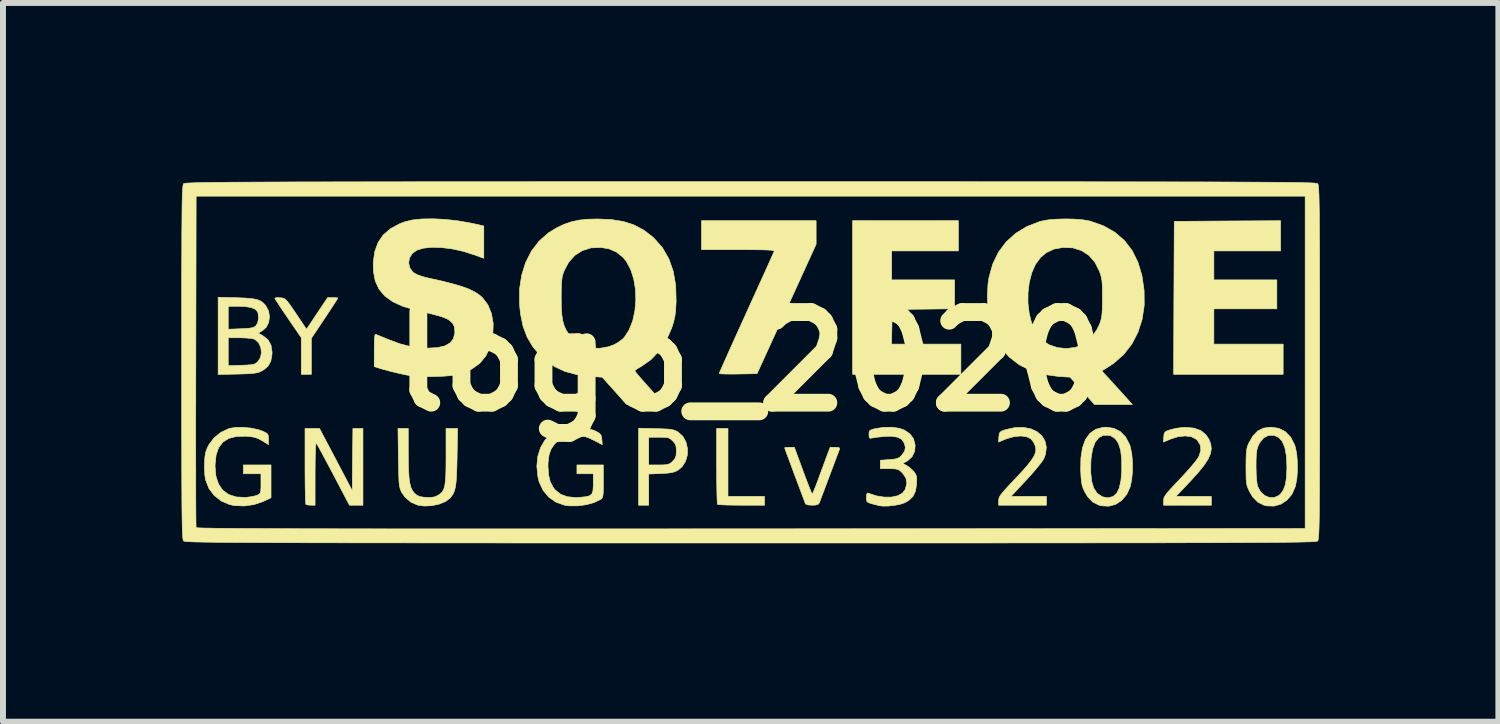
<source format=kicad_pcb>
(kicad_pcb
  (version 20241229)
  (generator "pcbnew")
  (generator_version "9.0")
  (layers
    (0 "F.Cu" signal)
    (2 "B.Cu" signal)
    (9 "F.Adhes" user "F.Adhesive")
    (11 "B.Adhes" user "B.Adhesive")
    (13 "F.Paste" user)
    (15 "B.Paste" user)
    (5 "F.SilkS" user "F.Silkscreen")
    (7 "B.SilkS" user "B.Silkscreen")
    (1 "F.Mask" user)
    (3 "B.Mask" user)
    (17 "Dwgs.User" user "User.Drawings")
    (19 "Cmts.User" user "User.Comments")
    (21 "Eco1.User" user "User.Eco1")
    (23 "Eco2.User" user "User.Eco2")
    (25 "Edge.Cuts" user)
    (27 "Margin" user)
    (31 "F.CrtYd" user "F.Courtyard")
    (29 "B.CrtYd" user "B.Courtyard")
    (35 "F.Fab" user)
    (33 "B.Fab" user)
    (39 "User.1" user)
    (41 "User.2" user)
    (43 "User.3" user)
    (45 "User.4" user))
  (footprint "logo_2020"
    (layer "F.Cu")
    (at 9.572 3.032)
    (property "Reference" "logo_2020" (at 0 0 0) (layer "F.SilkS") (effects (font (size 1.524 1.524) (thickness 0.3))))
    (attr through_hole)
    (fp_poly (pts (xy 3.493 -1.863) (xy 2.371 -1.863) (xy 2.371 -1.376) (xy 3.429 -1.376) (xy 3.429 -0.89) (xy 2.905 -0.884) (xy 2.381 -0.878) (xy 2.369 -0.296) (xy 3.535 -0.296) (xy 3.535 0.212) (xy 1.714 0.212) (xy 1.714 -2.371) (xy 3.493 -2.371) (xy 3.493 -1.863)) (stroke (width 0.01) (type solid)) (fill yes) (layer "F.SilkS"))
    (fp_poly (pts (xy 8.911 -1.863) (xy 7.789 -1.863) (xy 7.789 -1.376) (xy 8.848 -1.376) (xy 8.848 -0.889) (xy 7.789 -0.889) (xy 7.789 -0.296) (xy 8.954 -0.296) (xy 8.954 0.212) (xy 7.112 0.212) (xy 7.117 -1.074) (xy 7.123 -2.36) (xy 8.017 -2.366) (xy 8.911 -2.371) (xy 8.911 -1.863)) (stroke (width 0.01) (type solid)) (fill yes) (layer "F.SilkS"))
    (fp_poly (pts (xy -0.381 2.265) (xy 0.233 2.265) (xy 0.233 2.413) (xy -0.155 2.413) (xy -0.279 2.412) (xy -0.389 2.41) (xy -0.476 2.407) (xy -0.535 2.403) (xy -0.557 2.399) (xy -0.561 2.375) (xy -0.564 2.314) (xy -0.567 2.221) (xy -0.569 2.103) (xy -0.571 1.963) (xy -0.571 1.807) (xy -0.572 1.753) (xy -0.572 1.122) (xy -0.381 1.122) (xy -0.381 2.265)) (stroke (width 0.01) (type solid)) (fill yes) (layer "F.SilkS"))
    (fp_poly (pts (xy -6.974 -1.077) (xy -6.945 -1.071) (xy -6.943 -1.069) (xy -6.954 -1.048) (xy -6.985 -0.999) (xy -7.033 -0.925) (xy -7.093 -0.833) (xy -7.162 -0.729) (xy -7.165 -0.725) (xy -7.387 -0.392) (xy -7.387 0.212) (xy -7.556 0.212) (xy -7.556 -0.404) (xy -7.779 -0.729) (xy -7.849 -0.832) (xy -7.91 -0.923) (xy -7.958 -0.997) (xy -7.99 -1.047) (xy -8.001 -1.068) (xy -7.982 -1.075) (xy -7.935 -1.077) (xy -7.911 -1.075) (xy -7.876 -1.072) (xy -7.847 -1.064) (xy -7.82 -1.046) (xy -7.788 -1.012) (xy -7.747 -0.958) (xy -7.691 -0.877) (xy -7.644 -0.808) (xy -7.468 -0.546) (xy -7.29 -0.813) (xy -7.112 -1.079) (xy -7.027 -1.079) (xy -6.974 -1.077)) (stroke (width 0.01) (type solid)) (fill yes) (layer "F.SilkS"))
    (fp_poly (pts (xy -6.519 2.413) (xy -6.746 2.413) (xy -7.016 1.9) (xy -7.088 1.764) (xy -7.154 1.64) (xy -7.211 1.534) (xy -7.257 1.449) (xy -7.29 1.392) (xy -7.305 1.367) (xy -7.305 1.366) (xy -7.31 1.381) (xy -7.315 1.433) (xy -7.319 1.518) (xy -7.322 1.631) (xy -7.323 1.767) (xy -7.324 1.88) (xy -7.324 2.413) (xy -7.394 2.413) (xy -7.447 2.409) (xy -7.478 2.4) (xy -7.479 2.399) (xy -7.482 2.375) (xy -7.486 2.314) (xy -7.488 2.221) (xy -7.491 2.103) (xy -7.492 1.963) (xy -7.493 1.807) (xy -7.493 1.753) (xy -7.493 1.122) (xy -7.371 1.122) (xy -7.25 1.122) (xy -6.974 1.645) (xy -6.699 2.168) (xy -6.694 1.645) (xy -6.688 1.122) (xy -6.519 1.122) (xy -6.519 2.413)) (stroke (width 0.01) (type solid)) (fill yes) (layer "F.SilkS"))
    (fp_poly (pts (xy 1.101 -1.975) (xy 0.605 -0.887) (xy 0.108 0.201) (xy -0.21 0.207) (xy -0.321 0.208) (xy -0.415 0.207) (xy -0.485 0.205) (xy -0.524 0.201) (xy -0.529 0.199) (xy -0.521 0.177) (xy -0.496 0.121) (xy -0.457 0.033) (xy -0.406 -0.082) (xy -0.344 -0.221) (xy -0.272 -0.381) (xy -0.192 -0.557) (xy -0.106 -0.746) (xy -0.072 -0.822) (xy 0.016 -1.016) (xy 0.099 -1.198) (xy 0.175 -1.366) (xy 0.243 -1.515) (xy 0.3 -1.642) (xy 0.345 -1.743) (xy 0.377 -1.814) (xy 0.394 -1.851) (xy 0.396 -1.856) (xy 0.392 -1.864) (xy 0.372 -1.871) (xy 0.33 -1.876) (xy 0.264 -1.879) (xy 0.169 -1.882) (xy 0.042 -1.883) (xy -0.123 -1.884) (xy -0.209 -1.884) (xy -0.826 -1.884) (xy -0.826 -2.371) (xy 1.101 -2.371) (xy 1.101 -1.975)) (stroke (width 0.01) (type solid)) (fill yes) (layer "F.SilkS"))
    (fp_poly (pts (xy -1.593 1.125) (xy -1.474 1.129) (xy -1.388 1.133) (xy -1.327 1.141) (xy -1.283 1.152) (xy -1.246 1.168) (xy -1.22 1.183) (xy -1.139 1.256) (xy -1.087 1.352) (xy -1.062 1.46) (xy -1.065 1.572) (xy -1.096 1.678) (xy -1.155 1.768) (xy -1.219 1.822) (xy -1.267 1.847) (xy -1.319 1.863) (xy -1.389 1.873) (xy -1.487 1.88) (xy -1.508 1.88) (xy -1.714 1.889) (xy -1.714 2.413) (xy -1.884 2.413) (xy -1.884 1.27) (xy -1.714 1.27) (xy -1.714 1.736) (xy -1.544 1.736) (xy -1.457 1.735) (xy -1.401 1.729) (xy -1.363 1.716) (xy -1.331 1.693) (xy -1.311 1.674) (xy -1.272 1.628) (xy -1.254 1.579) (xy -1.249 1.51) (xy -1.249 1.503) (xy -1.253 1.431) (xy -1.27 1.381) (xy -1.307 1.336) (xy -1.311 1.332) (xy -1.345 1.301) (xy -1.378 1.282) (xy -1.422 1.273) (xy -1.49 1.27) (xy -1.544 1.27) (xy -1.714 1.27) (xy -1.884 1.27) (xy -1.884 1.118) (xy -1.593 1.125)) (stroke (width 0.01) (type solid)) (fill yes) (layer "F.SilkS"))
    (fp_poly (pts (xy 7.456 1.117) (xy 7.569 1.158) (xy 7.655 1.227) (xy 7.706 1.304) (xy 7.737 1.384) (xy 7.746 1.463) (xy 7.732 1.547) (xy 7.691 1.639) (xy 7.623 1.743) (xy 7.525 1.864) (xy 7.396 2.007) (xy 7.391 2.012) (xy 7.151 2.265) (xy 7.747 2.265) (xy 7.747 2.413) (xy 6.943 2.413) (xy 6.943 2.337) (xy 6.945 2.308) (xy 6.955 2.277) (xy 6.977 2.241) (xy 7.013 2.194) (xy 7.069 2.131) (xy 7.149 2.046) (xy 7.218 1.974) (xy 7.308 1.876) (xy 7.392 1.783) (xy 7.462 1.699) (xy 7.512 1.633) (xy 7.537 1.594) (xy 7.57 1.492) (xy 7.561 1.401) (xy 7.513 1.323) (xy 7.491 1.303) (xy 7.41 1.261) (xy 7.305 1.248) (xy 7.183 1.262) (xy 7.063 1.3) (xy 6.94 1.351) (xy 6.947 1.263) (xy 6.952 1.214) (xy 6.967 1.184) (xy 7 1.163) (xy 7.063 1.142) (xy 7.07 1.14) (xy 7.161 1.119) (xy 7.264 1.106) (xy 7.313 1.104) (xy 7.456 1.117)) (stroke (width 0.01) (type solid)) (fill yes) (layer "F.SilkS"))
    (fp_poly (pts (xy 4.712 1.129) (xy 4.816 1.177) (xy 4.897 1.247) (xy 4.95 1.335) (xy 4.972 1.437) (xy 4.959 1.552) (xy 4.933 1.624) (xy 4.905 1.669) (xy 4.853 1.738) (xy 4.784 1.822) (xy 4.702 1.916) (xy 4.635 1.989) (xy 4.378 2.265) (xy 4.974 2.265) (xy 4.974 2.413) (xy 4.17 2.413) (xy 4.17 2.337) (xy 4.172 2.308) (xy 4.182 2.277) (xy 4.204 2.241) (xy 4.241 2.194) (xy 4.297 2.13) (xy 4.376 2.045) (xy 4.445 1.972) (xy 4.566 1.843) (xy 4.657 1.739) (xy 4.723 1.654) (xy 4.767 1.584) (xy 4.79 1.525) (xy 4.796 1.472) (xy 4.787 1.42) (xy 4.786 1.417) (xy 4.756 1.352) (xy 4.713 1.298) (xy 4.706 1.292) (xy 4.633 1.259) (xy 4.535 1.249) (xy 4.421 1.261) (xy 4.302 1.296) (xy 4.29 1.3) (xy 4.168 1.351) (xy 4.174 1.263) (xy 4.18 1.214) (xy 4.194 1.184) (xy 4.227 1.163) (xy 4.29 1.142) (xy 4.297 1.14) (xy 4.448 1.107) (xy 4.588 1.104) (xy 4.712 1.129)) (stroke (width 0.01) (type solid)) (fill yes) (layer "F.SilkS"))
    (fp_poly (pts (xy 0.879 1.831) (xy 0.923 1.951) (xy 0.964 2.056) (xy 0.997 2.14) (xy 1.021 2.198) (xy 1.034 2.222) (xy 1.035 2.222) (xy 1.047 2.204) (xy 1.069 2.153) (xy 1.099 2.078) (xy 1.131 1.995) (xy 1.172 1.882) (xy 1.216 1.762) (xy 1.256 1.655) (xy 1.275 1.603) (xy 1.337 1.439) (xy 1.422 1.439) (xy 1.476 1.442) (xy 1.496 1.453) (xy 1.493 1.476) (xy 1.481 1.507) (xy 1.457 1.57) (xy 1.423 1.66) (xy 1.382 1.77) (xy 1.335 1.894) (xy 1.323 1.926) (xy 1.276 2.052) (xy 1.233 2.166) (xy 1.196 2.262) (xy 1.17 2.333) (xy 1.155 2.372) (xy 1.153 2.376) (xy 1.132 2.4) (xy 1.087 2.411) (xy 1.034 2.413) (xy 0.964 2.408) (xy 0.925 2.393) (xy 0.92 2.387) (xy 0.911 2.36) (xy 0.888 2.299) (xy 0.855 2.211) (xy 0.814 2.102) (xy 0.767 1.976) (xy 0.741 1.908) (xy 0.693 1.778) (xy 0.65 1.662) (xy 0.614 1.566) (xy 0.588 1.494) (xy 0.574 1.454) (xy 0.572 1.447) (xy 0.59 1.442) (xy 0.637 1.439) (xy 0.653 1.439) (xy 0.735 1.439) (xy 0.879 1.831)) (stroke (width 0.01) (type solid)) (fill yes) (layer "F.SilkS"))
    (fp_poly (pts (xy -5.757 1.508) (xy -5.756 1.693) (xy -5.751 1.841) (xy -5.743 1.958) (xy -5.73 2.047) (xy -5.712 2.115) (xy -5.687 2.166) (xy -5.656 2.207) (xy -5.653 2.21) (xy -5.61 2.247) (xy -5.564 2.267) (xy -5.5 2.278) (xy -5.456 2.281) (xy -5.371 2.282) (xy -5.311 2.272) (xy -5.259 2.248) (xy -5.253 2.244) (xy -5.214 2.216) (xy -5.183 2.185) (xy -5.16 2.143) (xy -5.144 2.087) (xy -5.133 2.011) (xy -5.126 1.908) (xy -5.123 1.775) (xy -5.122 1.606) (xy -5.122 1.588) (xy -5.122 1.122) (xy -4.928 1.122) (xy -4.936 1.603) (xy -4.94 1.778) (xy -4.945 1.916) (xy -4.953 2.023) (xy -4.964 2.106) (xy -4.98 2.169) (xy -5.001 2.219) (xy -5.029 2.262) (xy -5.054 2.293) (xy -5.132 2.352) (xy -5.238 2.395) (xy -5.36 2.421) (xy -5.487 2.427) (xy -5.597 2.412) (xy -5.713 2.362) (xy -5.811 2.278) (xy -5.869 2.195) (xy -5.884 2.164) (xy -5.895 2.132) (xy -5.904 2.092) (xy -5.911 2.039) (xy -5.915 1.967) (xy -5.918 1.868) (xy -5.921 1.739) (xy -5.923 1.614) (xy -5.93 1.122) (xy -5.757 1.122) (xy -5.757 1.508)) (stroke (width 0.01) (type solid)) (fill yes) (layer "F.SilkS"))
    (fp_poly (pts (xy 6.108 1.12) (xy 6.218 1.176) (xy 6.306 1.267) (xy 6.371 1.392) (xy 6.385 1.434) (xy 6.409 1.553) (xy 6.421 1.695) (xy 6.42 1.845) (xy 6.407 1.986) (xy 6.382 2.102) (xy 6.382 2.104) (xy 6.323 2.233) (xy 6.239 2.332) (xy 6.137 2.399) (xy 6.02 2.43) (xy 5.894 2.422) (xy 5.859 2.413) (xy 5.753 2.36) (xy 5.667 2.271) (xy 5.617 2.187) (xy 5.59 2.128) (xy 5.572 2.071) (xy 5.561 2.005) (xy 5.554 1.918) (xy 5.552 1.871) (xy 5.719 1.871) (xy 5.735 2.014) (xy 5.769 2.125) (xy 5.823 2.207) (xy 5.832 2.216) (xy 5.911 2.27) (xy 6.001 2.289) (xy 6.088 2.269) (xy 6.097 2.264) (xy 6.155 2.212) (xy 6.198 2.125) (xy 6.226 2.001) (xy 6.24 1.839) (xy 6.24 1.832) (xy 6.239 1.641) (xy 6.221 1.488) (xy 6.184 1.372) (xy 6.128 1.291) (xy 6.054 1.245) (xy 6.023 1.237) (xy 5.93 1.238) (xy 5.854 1.277) (xy 5.793 1.354) (xy 5.75 1.468) (xy 5.725 1.619) (xy 5.72 1.693) (xy 5.719 1.871) (xy 5.552 1.871) (xy 5.549 1.826) (xy 5.553 1.619) (xy 5.58 1.446) (xy 5.63 1.308) (xy 5.704 1.205) (xy 5.801 1.137) (xy 5.921 1.104) (xy 5.98 1.101) (xy 6.108 1.12)) (stroke (width 0.01) (type solid)) (fill yes) (layer "F.SilkS"))
    (fp_poly (pts (xy -8.397 1.117) (xy -8.279 1.142) (xy -8.218 1.163) (xy -8.155 1.192) (xy -8.122 1.216) (xy -8.109 1.248) (xy -8.107 1.299) (xy -8.107 1.303) (xy -8.107 1.395) (xy -8.213 1.329) (xy -8.279 1.293) (xy -8.341 1.271) (xy -8.417 1.259) (xy -8.486 1.253) (xy -8.645 1.257) (xy -8.774 1.289) (xy -8.873 1.351) (xy -8.944 1.443) (xy -8.988 1.568) (xy -9.005 1.725) (xy -9.006 1.756) (xy -8.992 1.922) (xy -8.948 2.057) (xy -8.876 2.161) (xy -8.776 2.234) (xy -8.65 2.274) (xy -8.498 2.282) (xy -8.477 2.28) (xy -8.397 2.27) (xy -8.326 2.254) (xy -8.292 2.243) (xy -8.263 2.227) (xy -8.246 2.206) (xy -8.237 2.171) (xy -8.234 2.11) (xy -8.234 2.05) (xy -8.234 1.884) (xy -8.53 1.884) (xy -8.53 1.736) (xy -8.065 1.736) (xy -8.065 2.288) (xy -8.198 2.351) (xy -8.352 2.403) (xy -8.519 2.426) (xy -8.683 2.419) (xy -8.762 2.402) (xy -8.903 2.342) (xy -9.02 2.249) (xy -9.109 2.131) (xy -9.164 1.991) (xy -9.167 1.98) (xy -9.178 1.902) (xy -9.184 1.802) (xy -9.183 1.7) (xy -9.183 1.689) (xy -9.175 1.589) (xy -9.161 1.514) (xy -9.137 1.45) (xy -9.109 1.395) (xy -9.023 1.281) (xy -8.908 1.188) (xy -8.778 1.126) (xy -8.756 1.12) (xy -8.653 1.104) (xy -8.528 1.104) (xy -8.397 1.117)) (stroke (width 0.01) (type solid)) (fill yes) (layer "F.SilkS"))
    (fp_poly (pts (xy -2.767 1.118) (xy -2.645 1.151) (xy -2.612 1.165) (xy -2.552 1.198) (xy -2.52 1.227) (xy -2.506 1.264) (xy -2.502 1.306) (xy -2.495 1.395) (xy -2.636 1.322) (xy -2.718 1.282) (xy -2.784 1.26) (xy -2.856 1.251) (xy -2.934 1.249) (xy -3.059 1.256) (xy -3.154 1.278) (xy -3.231 1.321) (xy -3.296 1.383) (xy -3.355 1.468) (xy -3.39 1.567) (xy -3.406 1.69) (xy -3.408 1.753) (xy -3.398 1.904) (xy -3.368 2.024) (xy -3.315 2.121) (xy -3.283 2.159) (xy -3.193 2.23) (xy -3.084 2.27) (xy -2.949 2.284) (xy -2.878 2.281) (xy -2.776 2.271) (xy -2.71 2.255) (xy -2.671 2.225) (xy -2.652 2.174) (xy -2.646 2.094) (xy -2.646 2.052) (xy -2.646 1.884) (xy -2.921 1.884) (xy -2.921 1.736) (xy -2.477 1.736) (xy -2.477 2.01) (xy -2.477 2.123) (xy -2.479 2.201) (xy -2.484 2.252) (xy -2.492 2.283) (xy -2.506 2.303) (xy -2.524 2.316) (xy -2.632 2.368) (xy -2.765 2.405) (xy -2.91 2.424) (xy -3.051 2.424) (xy -3.132 2.412) (xy -3.274 2.362) (xy -3.395 2.277) (xy -3.49 2.163) (xy -3.556 2.022) (xy -3.577 1.936) (xy -3.595 1.758) (xy -3.579 1.592) (xy -3.532 1.443) (xy -3.457 1.316) (xy -3.355 1.216) (xy -3.228 1.146) (xy -3.184 1.131) (xy -3.052 1.107) (xy -2.908 1.102) (xy -2.767 1.118)) (stroke (width 0.01) (type solid)) (fill yes) (layer "F.SilkS"))
    (fp_poly (pts (xy 8.881 1.12) (xy 8.991 1.176) (xy 9.079 1.267) (xy 9.144 1.392) (xy 9.158 1.434) (xy 9.182 1.549) (xy 9.193 1.688) (xy 9.194 1.836) (xy 9.183 1.976) (xy 9.16 2.093) (xy 9.158 2.1) (xy 9.102 2.228) (xy 9.019 2.327) (xy 8.917 2.395) (xy 8.801 2.428) (xy 8.676 2.424) (xy 8.632 2.413) (xy 8.527 2.361) (xy 8.441 2.273) (xy 8.389 2.185) (xy 8.365 2.134) (xy 8.348 2.089) (xy 8.338 2.041) (xy 8.332 1.98) (xy 8.33 1.896) (xy 8.329 1.78) (xy 8.329 1.767) (xy 8.329 1.757) (xy 8.498 1.757) (xy 8.501 1.892) (xy 8.509 2.002) (xy 8.521 2.08) (xy 8.526 2.1) (xy 8.575 2.189) (xy 8.643 2.25) (xy 8.722 2.283) (xy 8.804 2.284) (xy 8.881 2.25) (xy 8.911 2.223) (xy 8.957 2.158) (xy 8.989 2.073) (xy 9.008 1.962) (xy 9.016 1.818) (xy 9.017 1.761) (xy 9.008 1.583) (xy 8.982 1.443) (xy 8.938 1.339) (xy 8.876 1.271) (xy 8.795 1.237) (xy 8.794 1.237) (xy 8.705 1.24) (xy 8.625 1.282) (xy 8.561 1.361) (xy 8.544 1.393) (xy 8.524 1.442) (xy 8.511 1.493) (xy 8.503 1.557) (xy 8.499 1.642) (xy 8.498 1.757) (xy 8.329 1.757) (xy 8.33 1.645) (xy 8.333 1.556) (xy 8.339 1.491) (xy 8.349 1.44) (xy 8.365 1.394) (xy 8.378 1.366) (xy 8.447 1.246) (xy 8.527 1.164) (xy 8.624 1.117) (xy 8.744 1.101) (xy 8.752 1.101) (xy 8.881 1.12)) (stroke (width 0.01) (type solid)) (fill yes) (layer "F.SilkS"))
    (fp_poly (pts (xy -8.641 -1.076) (xy -8.498 -1.07) (xy -8.389 -1.061) (xy -8.308 -1.047) (xy -8.248 -1.025) (xy -8.201 -0.993) (xy -8.159 -0.95) (xy -8.152 -0.94) (xy -8.106 -0.854) (xy -8.091 -0.757) (xy -8.104 -0.662) (xy -8.145 -0.579) (xy -8.205 -0.525) (xy -8.279 -0.481) (xy -8.2 -0.436) (xy -8.115 -0.368) (xy -8.065 -0.277) (xy -8.047 -0.162) (xy -8.049 -0.121) (xy -8.068 -0.011) (xy -8.112 0.071) (xy -8.187 0.136) (xy -8.224 0.157) (xy -8.263 0.175) (xy -8.307 0.187) (xy -8.365 0.196) (xy -8.444 0.202) (xy -8.553 0.206) (xy -8.631 0.208) (xy -8.954 0.215) (xy -8.954 -0.402) (xy -8.784 -0.402) (xy -8.784 0.067) (xy -8.562 0.06) (xy -8.462 0.056) (xy -8.394 0.05) (xy -8.349 0.041) (xy -8.317 0.025) (xy -8.29 0.002) (xy -8.285 -0.002) (xy -8.241 -0.072) (xy -8.226 -0.156) (xy -8.238 -0.242) (xy -8.273 -0.318) (xy -8.332 -0.372) (xy -8.353 -0.382) (xy -8.398 -0.391) (xy -8.472 -0.398) (xy -8.561 -0.402) (xy -8.595 -0.402) (xy -8.784 -0.402) (xy -8.954 -0.402) (xy -8.954 -0.931) (xy -8.784 -0.931) (xy -8.784 -0.546) (xy -8.575 -0.554) (xy -8.472 -0.559) (xy -8.402 -0.567) (xy -8.356 -0.579) (xy -8.324 -0.598) (xy -8.321 -0.601) (xy -8.289 -0.654) (xy -8.275 -0.728) (xy -8.281 -0.806) (xy -8.289 -0.835) (xy -8.327 -0.881) (xy -8.401 -0.912) (xy -8.513 -0.929) (xy -8.603 -0.931) (xy -8.784 -0.931) (xy -8.954 -0.931) (xy -8.954 -1.084) (xy -8.641 -1.076)) (stroke (width 0.01) (type solid)) (fill yes) (layer "F.SilkS"))
    (fp_poly (pts (xy 2.502 1.12) (xy 2.582 1.148) (xy 2.678 1.213) (xy 2.738 1.294) (xy 2.765 1.396) (xy 2.766 1.4) (xy 2.758 1.506) (xy 2.714 1.598) (xy 2.639 1.667) (xy 2.626 1.674) (xy 2.557 1.711) (xy 2.62 1.744) (xy 2.676 1.782) (xy 2.732 1.835) (xy 2.741 1.845) (xy 2.772 1.887) (xy 2.788 1.926) (xy 2.793 1.98) (xy 2.79 2.053) (xy 2.773 2.173) (xy 2.731 2.263) (xy 2.661 2.331) (xy 2.594 2.37) (xy 2.519 2.396) (xy 2.421 2.415) (xy 2.316 2.427) (xy 2.222 2.428) (xy 2.17 2.422) (xy 2.072 2.398) (xy 2.008 2.38) (xy 1.971 2.364) (xy 1.953 2.344) (xy 1.948 2.316) (xy 1.947 2.281) (xy 1.952 2.226) (xy 1.967 2.207) (xy 1.974 2.209) (xy 2.112 2.255) (xy 2.246 2.277) (xy 2.368 2.277) (xy 2.472 2.254) (xy 2.552 2.21) (xy 2.599 2.149) (xy 2.626 2.049) (xy 2.611 1.957) (xy 2.555 1.873) (xy 2.553 1.871) (xy 2.512 1.833) (xy 2.476 1.812) (xy 2.43 1.802) (xy 2.36 1.799) (xy 2.33 1.799) (xy 2.18 1.799) (xy 2.18 1.657) (xy 2.333 1.646) (xy 2.415 1.638) (xy 2.468 1.626) (xy 2.506 1.606) (xy 2.541 1.572) (xy 2.544 1.569) (xy 2.59 1.503) (xy 2.601 1.439) (xy 2.583 1.368) (xy 2.541 1.306) (xy 2.469 1.269) (xy 2.364 1.253) (xy 2.266 1.256) (xy 2.18 1.264) (xy 2.102 1.273) (xy 2.05 1.282) (xy 2.048 1.282) (xy 2.009 1.288) (xy 1.993 1.273) (xy 1.99 1.227) (xy 1.99 1.223) (xy 1.992 1.18) (xy 2.007 1.155) (xy 2.044 1.139) (xy 2.097 1.125) (xy 2.24 1.103) (xy 2.379 1.102) (xy 2.502 1.12)) (stroke (width 0.01) (type solid)) (fill yes) (layer "F.SilkS"))
    (fp_poly (pts (xy 5.45 -2.397) (xy 5.591 -2.385) (xy 5.706 -2.365) (xy 5.715 -2.362) (xy 5.935 -2.284) (xy 6.125 -2.176) (xy 6.284 -2.039) (xy 6.413 -1.872) (xy 6.511 -1.676) (xy 6.579 -1.451) (xy 6.616 -1.196) (xy 6.616 -1.196) (xy 6.618 -0.948) (xy 6.583 -0.714) (xy 6.513 -0.496) (xy 6.411 -0.299) (xy 6.276 -0.125) (xy 6.111 0.022) (xy 6.028 0.078) (xy 5.904 0.155) (xy 5.975 0.231) (xy 6.017 0.276) (xy 6.078 0.344) (xy 6.152 0.425) (xy 6.23 0.51) (xy 6.232 0.513) (xy 6.419 0.72) (xy 5.782 0.72) (xy 5.576 0.49) (xy 5.371 0.26) (xy 5.178 0.248) (xy 4.932 0.214) (xy 4.711 0.149) (xy 4.517 0.052) (xy 4.35 -0.076) (xy 4.212 -0.233) (xy 4.105 -0.419) (xy 4.051 -0.559) (xy 4.011 -0.723) (xy 3.988 -0.912) (xy 3.985 -0.985) (xy 4.663 -0.985) (xy 4.684 -0.812) (xy 4.724 -0.651) (xy 4.786 -0.509) (xy 4.867 -0.395) (xy 4.894 -0.369) (xy 5.016 -0.286) (xy 5.157 -0.237) (xy 5.308 -0.221) (xy 5.46 -0.241) (xy 5.556 -0.274) (xy 5.65 -0.333) (xy 5.741 -0.423) (xy 5.818 -0.532) (xy 5.865 -0.626) (xy 5.885 -0.68) (xy 5.898 -0.732) (xy 5.907 -0.791) (xy 5.912 -0.867) (xy 5.915 -0.968) (xy 5.915 -1.069) (xy 5.915 -1.196) (xy 5.913 -1.29) (xy 5.907 -1.362) (xy 5.897 -1.419) (xy 5.882 -1.473) (xy 5.864 -1.524) (xy 5.788 -1.673) (xy 5.687 -1.788) (xy 5.562 -1.869) (xy 5.417 -1.914) (xy 5.253 -1.922) (xy 5.252 -1.921) (xy 5.1 -1.894) (xy 4.973 -1.835) (xy 4.875 -1.753) (xy 4.79 -1.638) (xy 4.727 -1.496) (xy 4.685 -1.334) (xy 4.664 -1.161) (xy 4.663 -0.985) (xy 3.985 -0.985) (xy 3.981 -1.11) (xy 3.991 -1.303) (xy 4.008 -1.418) (xy 4.07 -1.641) (xy 4.166 -1.84) (xy 4.295 -2.013) (xy 4.454 -2.157) (xy 4.642 -2.272) (xy 4.856 -2.355) (xy 4.889 -2.364) (xy 5.002 -2.385) (xy 5.142 -2.397) (xy 5.296 -2.401) (xy 5.45 -2.397)) (stroke (width 0.01) (type solid)) (fill yes) (layer "F.SilkS"))
    (fp_poly (pts (xy -5.142 -2.393) (xy -4.93 -2.37) (xy -4.715 -2.333) (xy -4.63 -2.315) (xy -4.487 -2.283) (xy -4.487 -1.739) (xy -4.654 -1.799) (xy -4.837 -1.857) (xy -5.02 -1.897) (xy -5.197 -1.919) (xy -5.36 -1.924) (xy -5.501 -1.909) (xy -5.612 -1.876) (xy -5.614 -1.874) (xy -5.69 -1.819) (xy -5.736 -1.745) (xy -5.75 -1.662) (xy -5.733 -1.58) (xy -5.682 -1.51) (xy -5.655 -1.489) (xy -5.6 -1.461) (xy -5.519 -1.432) (xy -5.43 -1.409) (xy -5.422 -1.407) (xy -5.199 -1.358) (xy -5.014 -1.311) (xy -4.862 -1.267) (xy -4.739 -1.222) (xy -4.642 -1.175) (xy -4.565 -1.125) (xy -4.513 -1.081) (xy -4.419 -0.958) (xy -4.358 -0.81) (xy -4.329 -0.641) (xy -4.335 -0.455) (xy -4.338 -0.434) (xy -4.38 -0.252) (xy -4.451 -0.099) (xy -4.553 0.025) (xy -4.687 0.122) (xy -4.854 0.193) (xy -4.973 0.224) (xy -5.048 0.234) (xy -5.152 0.243) (xy -5.275 0.248) (xy -5.404 0.251) (xy -5.526 0.25) (xy -5.629 0.246) (xy -5.694 0.24) (xy -5.798 0.221) (xy -5.924 0.194) (xy -6.052 0.163) (xy -6.164 0.133) (xy -6.197 0.124) (xy -6.329 0.083) (xy -6.329 -0.194) (xy -6.328 -0.311) (xy -6.325 -0.391) (xy -6.319 -0.439) (xy -6.31 -0.459) (xy -6.302 -0.46) (xy -6.272 -0.447) (xy -6.213 -0.423) (xy -6.135 -0.391) (xy -6.092 -0.373) (xy -5.894 -0.3) (xy -5.712 -0.253) (xy -5.533 -0.231) (xy -5.429 -0.228) (xy -5.268 -0.237) (xy -5.144 -0.265) (xy -5.055 -0.315) (xy -4.999 -0.385) (xy -4.975 -0.478) (xy -4.974 -0.507) (xy -4.983 -0.591) (xy -5.013 -0.648) (xy -5.017 -0.652) (xy -5.046 -0.68) (xy -5.077 -0.704) (xy -5.116 -0.726) (xy -5.169 -0.747) (xy -5.241 -0.77) (xy -5.338 -0.796) (xy -5.465 -0.828) (xy -5.627 -0.866) (xy -5.641 -0.869) (xy -5.849 -0.931) (xy -6.018 -1.008) (xy -6.151 -1.104) (xy -6.249 -1.22) (xy -6.312 -1.357) (xy -6.343 -1.517) (xy -6.346 -1.669) (xy -6.321 -1.849) (xy -6.266 -2.003) (xy -6.179 -2.131) (xy -6.057 -2.236) (xy -5.899 -2.321) (xy -5.817 -2.352) (xy -5.69 -2.383) (xy -5.53 -2.4) (xy -5.345 -2.403) (xy -5.142 -2.393)) (stroke (width 0.01) (type solid)) (fill yes) (layer "F.SilkS"))
    (fp_poly (pts (xy -2.34 -2.39) (xy -2.139 -2.357) (xy -1.962 -2.3) (xy -1.802 -2.216) (xy -1.654 -2.103) (xy -1.623 -2.075) (xy -1.482 -1.915) (xy -1.375 -1.729) (xy -1.301 -1.518) (xy -1.26 -1.281) (xy -1.253 -1.017) (xy -1.254 -0.996) (xy -1.261 -0.869) (xy -1.273 -0.768) (xy -1.293 -0.677) (xy -1.323 -0.58) (xy -1.326 -0.571) (xy -1.416 -0.365) (xy -1.533 -0.185) (xy -1.675 -0.036) (xy -1.837 0.078) (xy -1.856 0.089) (xy -1.909 0.12) (xy -1.942 0.145) (xy -1.947 0.154) (xy -1.934 0.174) (xy -1.897 0.22) (xy -1.841 0.285) (xy -1.772 0.364) (xy -1.742 0.397) (xy -1.665 0.483) (xy -1.595 0.561) (xy -1.538 0.624) (xy -1.502 0.665) (xy -1.495 0.672) (xy -1.453 0.72) (xy -2.085 0.72) (xy -2.29 0.49) (xy -2.495 0.261) (xy -2.692 0.247) (xy -2.922 0.218) (xy -3.122 0.164) (xy -3.298 0.082) (xy -3.456 -0.03) (xy -3.537 -0.104) (xy -3.662 -0.251) (xy -3.758 -0.413) (xy -3.827 -0.596) (xy -3.87 -0.805) (xy -3.887 -0.974) (xy -3.886 -1.079) (xy -3.185 -1.079) (xy -3.183 -0.917) (xy -3.175 -0.789) (xy -3.159 -0.686) (xy -3.134 -0.6) (xy -3.097 -0.523) (xy -3.048 -0.447) (xy -2.949 -0.345) (xy -2.826 -0.273) (xy -2.686 -0.232) (xy -2.538 -0.225) (xy -2.387 -0.252) (xy -2.292 -0.288) (xy -2.219 -0.331) (xy -2.152 -0.381) (xy -2.125 -0.409) (xy -2.043 -0.535) (xy -1.983 -0.687) (xy -1.946 -0.857) (xy -1.931 -1.036) (xy -1.937 -1.217) (xy -1.966 -1.391) (xy -2.017 -1.55) (xy -2.09 -1.686) (xy -2.144 -1.753) (xy -2.255 -1.843) (xy -2.385 -1.899) (xy -2.521 -1.921) (xy -2.685 -1.914) (xy -2.831 -1.868) (xy -2.958 -1.787) (xy -3.061 -1.671) (xy -3.134 -1.533) (xy -3.154 -1.48) (xy -3.168 -1.43) (xy -3.176 -1.372) (xy -3.182 -1.299) (xy -3.184 -1.201) (xy -3.185 -1.079) (xy -3.886 -1.079) (xy -3.886 -1.222) (xy -3.85 -1.455) (xy -3.783 -1.669) (xy -3.685 -1.861) (xy -3.557 -2.028) (xy -3.402 -2.165) (xy -3.27 -2.247) (xy -3.139 -2.31) (xy -3.014 -2.353) (xy -2.884 -2.381) (xy -2.735 -2.396) (xy -2.572 -2.4) (xy -2.34 -2.39)) (stroke (width 0.01) (type solid)) (fill yes) (layer "F.SilkS"))
    (fp_poly (pts (xy 0.76 -3.027) (xy 1.479 -3.027) (xy 2.158 -3.027) (xy 2.798 -3.027) (xy 3.4 -3.027) (xy 3.965 -3.026) (xy 4.495 -3.026) (xy 4.991 -3.026) (xy 5.453 -3.026) (xy 5.884 -3.025) (xy 6.283 -3.025) (xy 6.652 -3.024) (xy 6.993 -3.024) (xy 7.306 -3.023) (xy 7.593 -3.023) (xy 7.855 -3.022) (xy 8.092 -3.021) (xy 8.306 -3.02) (xy 8.499 -3.019) (xy 8.671 -3.018) (xy 8.823 -3.017) (xy 8.957 -3.016) (xy 9.073 -3.014) (xy 9.173 -3.013) (xy 9.258 -3.011) (xy 9.329 -3.009) (xy 9.388 -3.008) (xy 9.435 -3.006) (xy 9.471 -3.004) (xy 9.498 -3.001) (xy 9.517 -2.999) (xy 9.528 -2.996) (xy 9.534 -2.994) (xy 9.534 -2.994) (xy 9.539 -2.986) (xy 9.543 -2.971) (xy 9.547 -2.948) (xy 9.55 -2.913) (xy 9.553 -2.866) (xy 9.556 -2.803) (xy 9.558 -2.724) (xy 9.56 -2.625) (xy 9.562 -2.505) (xy 9.563 -2.361) (xy 9.564 -2.193) (xy 9.565 -1.997) (xy 9.566 -1.771) (xy 9.566 -1.514) (xy 9.567 -1.224) (xy 9.567 -0.898) (xy 9.567 -0.535) (xy 9.567 -0.132) (xy 9.567 0.011) (xy 9.567 0.427) (xy 9.567 0.803) (xy 9.567 1.141) (xy 9.567 1.443) (xy 9.566 1.711) (xy 9.565 1.946) (xy 9.565 2.152) (xy 9.563 2.329) (xy 9.562 2.481) (xy 9.561 2.608) (xy 9.559 2.714) (xy 9.557 2.8) (xy 9.554 2.868) (xy 9.551 2.92) (xy 9.548 2.959) (xy 9.544 2.986) (xy 9.54 3.003) (xy 9.536 3.013) (xy 9.534 3.015) (xy 9.529 3.017) (xy 9.518 3.02) (xy 9.499 3.022) (xy 9.473 3.025) (xy 9.437 3.027) (xy 9.391 3.029) (xy 9.334 3.03) (xy 9.263 3.032) (xy 9.179 3.034) (xy 9.08 3.035) (xy 8.965 3.037) (xy 8.832 3.038) (xy 8.681 3.039) (xy 8.511 3.04) (xy 8.32 3.041) (xy 8.107 3.042) (xy 7.871 3.043) (xy 7.611 3.044) (xy 7.326 3.044) (xy 7.014 3.045) (xy 6.675 3.046) (xy 6.308 3.046) (xy 5.911 3.046) (xy 5.482 3.047) (xy 5.022 3.047) (xy 4.529 3.047) (xy 4.001 3.048) (xy 3.438 3.048) (xy 2.838 3.048) (xy 2.201 3.048) (xy 1.524 3.048) (xy 0.808 3.048) (xy 0.051 3.048) (xy 0 3.048) (xy -0.76 3.048) (xy -1.479 3.048) (xy -2.158 3.048) (xy -2.798 3.048) (xy -3.4 3.048) (xy -3.965 3.048) (xy -4.495 3.047) (xy -4.991 3.047) (xy -5.453 3.047) (xy -5.884 3.046) (xy -6.283 3.046) (xy -6.652 3.046) (xy -6.993 3.045) (xy -7.306 3.045) (xy -7.593 3.044) (xy -7.855 3.043) (xy -8.092 3.042) (xy -8.306 3.041) (xy -8.499 3.04) (xy -8.671 3.039) (xy -8.823 3.038) (xy -8.957 3.037) (xy -9.073 3.035) (xy -9.173 3.034) (xy -9.258 3.032) (xy -9.329 3.031) (xy -9.388 3.029) (xy -9.435 3.027) (xy -9.471 3.025) (xy -9.498 3.022) (xy -9.517 3.02) (xy -9.528 3.018) (xy -9.534 3.015) (xy -9.534 3.015) (xy -9.539 3.007) (xy -9.543 2.993) (xy -9.547 2.969) (xy -9.55 2.935) (xy -9.553 2.887) (xy -9.556 2.824) (xy -9.558 2.745) (xy -9.56 2.646) (xy -9.562 2.526) (xy -9.563 2.382) (xy -9.564 2.214) (xy -9.565 2.018) (xy -9.566 1.792) (xy -9.566 1.536) (xy -9.567 1.268) (xy -9.331 1.268) (xy -9.331 1.546) (xy -9.33 1.803) (xy -9.33 2.036) (xy -9.33 2.242) (xy -9.329 2.419) (xy -9.328 2.564) (xy -9.327 2.676) (xy -9.326 2.75) (xy -9.325 2.786) (xy -9.325 2.789) (xy -9.317 2.791) (xy -9.293 2.793) (xy -9.254 2.795) (xy -9.197 2.797) (xy -9.122 2.798) (xy -9.028 2.8) (xy -8.913 2.802) (xy -8.778 2.803) (xy -8.62 2.804) (xy -8.439 2.805) (xy -8.233 2.806) (xy -8.003 2.807) (xy -7.746 2.808) (xy -7.462 2.809) (xy -7.15 2.809) (xy -6.809 2.81) (xy -6.437 2.81) (xy -6.034 2.811) (xy -5.599 2.811) (xy -5.13 2.811) (xy -4.628 2.811) (xy -4.09 2.811) (xy -3.516 2.811) (xy -2.905 2.811) (xy -2.255 2.811) (xy -1.566 2.811) (xy -0.837 2.81) (xy -0.067 2.81) (xy 0.005 2.81) (xy 9.324 2.805) (xy 9.324 -2.783) (xy -9.324 -2.783) (xy -9.329 -0.011) (xy -9.33 0.329) (xy -9.33 0.657) (xy -9.331 0.971) (xy -9.331 1.268) (xy -9.567 1.268) (xy -9.567 1.245) (xy -9.567 0.92) (xy -9.567 0.556) (xy -9.567 0.153) (xy -9.567 0.011) (xy -9.567 -0.406) (xy -9.567 -0.782) (xy -9.567 -1.12) (xy -9.567 -1.422) (xy -9.566 -1.69) (xy -9.565 -1.925) (xy -9.565 -2.131) (xy -9.563 -2.308) (xy -9.562 -2.46) (xy -9.561 -2.587) (xy -9.559 -2.693) (xy -9.557 -2.779) (xy -9.554 -2.847) (xy -9.551 -2.899) (xy -9.548 -2.938) (xy -9.544 -2.965) (xy -9.54 -2.982) (xy -9.536 -2.992) (xy -9.534 -2.994) (xy -9.529 -2.996) (xy -9.518 -2.999) (xy -9.499 -3.001) (xy -9.473 -3.003) (xy -9.437 -3.005) (xy -9.391 -3.007) (xy -9.334 -3.009) (xy -9.263 -3.011) (xy -9.179 -3.013) (xy -9.08 -3.014) (xy -8.965 -3.016) (xy -8.832 -3.017) (xy -8.681 -3.018) (xy -8.511 -3.019) (xy -8.32 -3.02) (xy -8.107 -3.021) (xy -7.871 -3.022) (xy -7.611 -3.023) (xy -7.326 -3.023) (xy -7.014 -3.024) (xy -6.675 -3.024) (xy -6.308 -3.025) (xy -5.911 -3.025) (xy -5.482 -3.026) (xy -5.022 -3.026) (xy -4.529 -3.026) (xy -4.001 -3.026) (xy -3.438 -3.027) (xy -2.838 -3.027) (xy -2.201 -3.027) (xy -1.524 -3.027) (xy -0.808 -3.027) (xy -0.051 -3.027) (xy 0 -3.027) (xy 0.76 -3.027)) (stroke (width 0.01) (type solid)) (fill yes) (layer "F.SilkS")))
  (gr_rect
    (start -3 -3)
    (end 22.145 9.085)
    (stroke (width 0.1) (type default))
    (fill no)
    (layer "Edge.Cuts")))
</source>
